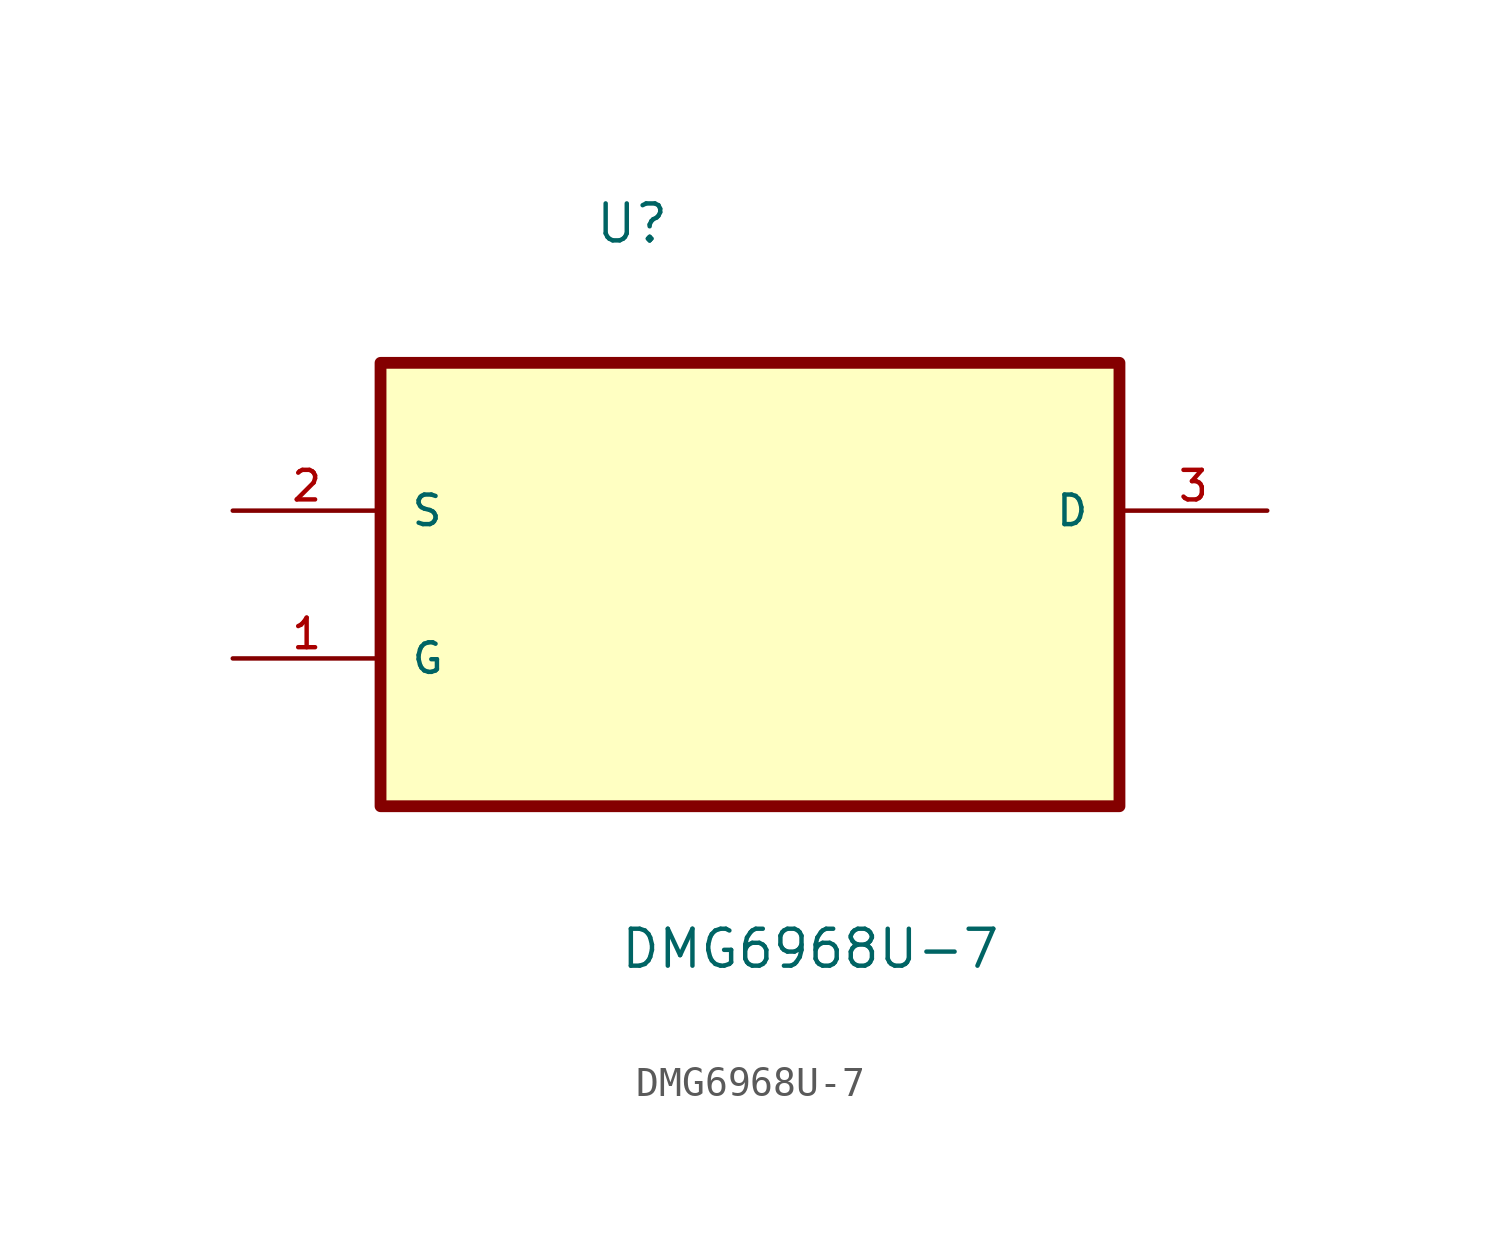
<source format=kicad_sym>
(kicad_symbol_lib
  (version 20211014)
  (generator kicad_symbol_editor)
  (symbol "DMG6968U-7"
    (pin_names
      (offset 1.016))
    (property "Reference" "U"
      (at -5.364 9.127 0.0)
      (effects (font (size 1.27 1.27)) (justify bottom left)))
    (property "Value" "DMG6968U-7"
      (at -4.498 -15.805 0.0)
      (effects (font (size 1.27 1.27)) (justify bottom left)))
    (symbol "DMG6968U-7_0_0"
      (rectangle (start -12.7 -10.16) (end 12.7 5.08) (stroke (width 0.406)) (fill (type background)))
      (pin passive line (at -17.78 0.0 0) (length 5.08) (name "S" (effects (font (size 1.016 1.016)))) (number "2" (effects (font (size 1.016 1.016)))))
      (pin power_in line (at -17.78 -5.08 0) (length 5.08) (name "G" (effects (font (size 1.016 1.016)))) (number "1" (effects (font (size 1.016 1.016)))))
      (pin output line (at 17.78 0.0 180.0) (length 5.08) (name "D" (effects (font (size 1.016 1.016)))) (number "3" (effects (font (size 1.016 1.016))))))))
</source>
